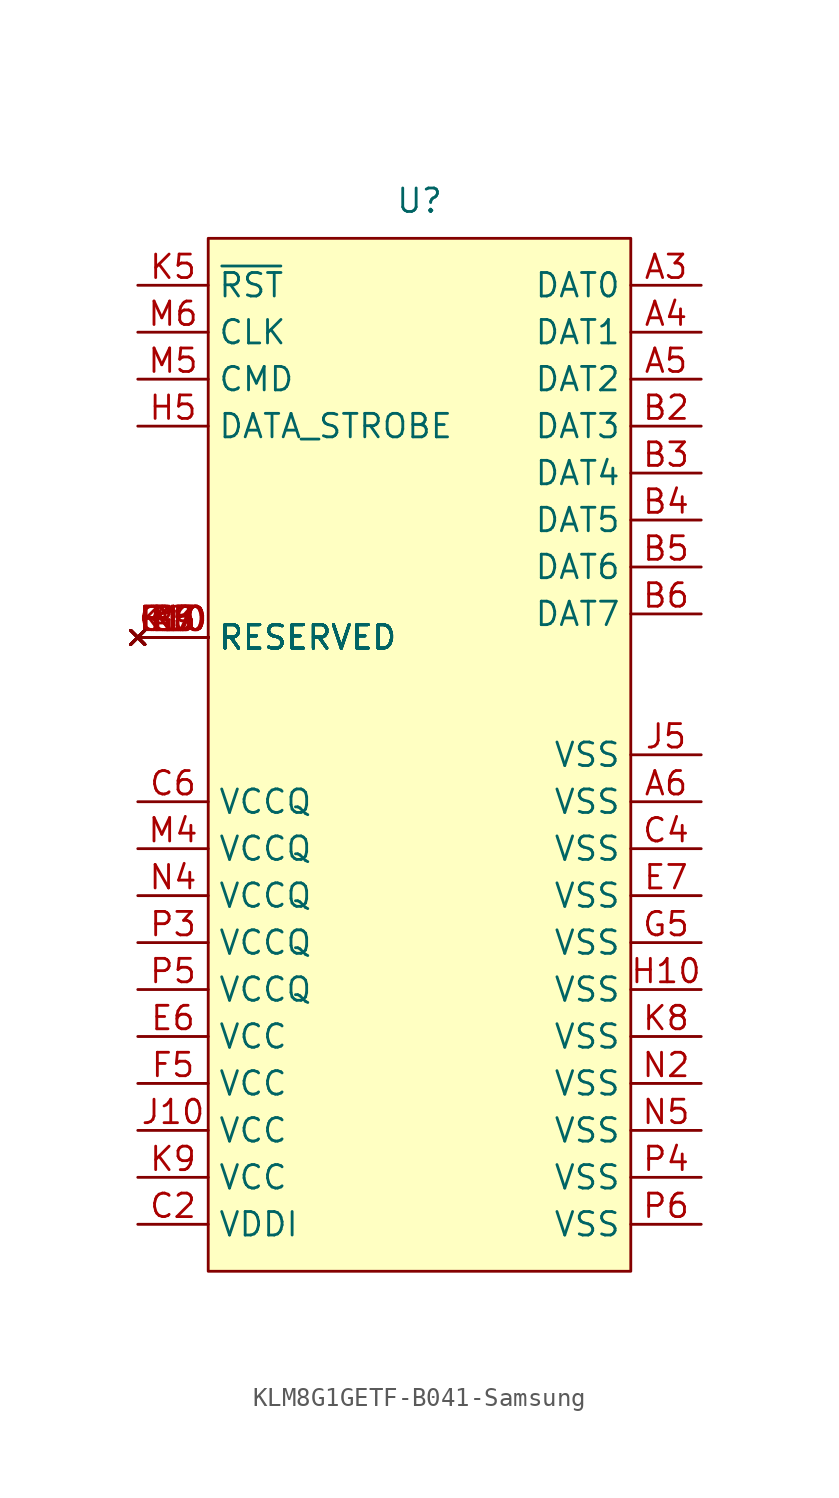
<source format=kicad_sym>
(kicad_symbol_lib
  (version 20231120)
  (generator "kicad_symbol_editor")
  (generator_version "8.0")
  (symbol "KLM8G1GETF-B041-Samsung"
    (property "Reference" "U"
      (at 0 29.972 0)
      (effects (font (size 1.27 1.27))))
    (property "Value" ""
      (at -11.43 27.94 0)
      (effects (font (size 1.27 1.27))))
    (symbol "KLM8G1GETF-B041-Samsung_1_1"
      (rectangle (start -11.43 27.94) (end 11.43 -27.94) (stroke (width 0) (type default)) (fill (type background)))
      (pin no_connect line (at -15.24 3.81 0) (length 3.81) hide (name "NC" (effects (font (size 1.27 1.27)))) (number "A1" (effects (font (size 1.27 1.27)))))
      (pin no_connect line (at -15.24 3.81 0) (length 3.81) hide (name "NC" (effects (font (size 1.27 1.27)))) (number "A10" (effects (font (size 1.27 1.27)))))
      (pin no_connect line (at -15.24 3.81 0) (length 3.81) hide (name "NC" (effects (font (size 1.27 1.27)))) (number "A11" (effects (font (size 1.27 1.27)))))
      (pin no_connect line (at -15.24 3.81 0) (length 3.81) hide (name "NC" (effects (font (size 1.27 1.27)))) (number "A12" (effects (font (size 1.27 1.27)))))
      (pin no_connect line (at -15.24 3.81 0) (length 3.81) hide (name "NC" (effects (font (size 1.27 1.27)))) (number "A13" (effects (font (size 1.27 1.27)))))
      (pin no_connect line (at -15.24 3.81 0) (length 3.81) hide (name "NC" (effects (font (size 1.27 1.27)))) (number "A14" (effects (font (size 1.27 1.27)))))
      (pin no_connect line (at -15.24 3.81 0) (length 3.81) hide (name "NC" (effects (font (size 1.27 1.27)))) (number "A2" (effects (font (size 1.27 1.27)))))
      (pin bidirectional line (at 15.24 25.4 180) (length 3.81) (name "DAT0" (effects (font (size 1.27 1.27)))) (number "A3" (effects (font (size 1.27 1.27)))))
      (pin bidirectional line (at 15.24 22.86 180) (length 3.81) (name "DAT1" (effects (font (size 1.27 1.27)))) (number "A4" (effects (font (size 1.27 1.27)))))
      (pin bidirectional line (at 15.24 20.32 180) (length 3.81) (name "DAT2" (effects (font (size 1.27 1.27)))) (number "A5" (effects (font (size 1.27 1.27)))))
      (pin power_in line (at 15.24 -2.54 180) (length 3.81) (name "VSS" (effects (font (size 1.27 1.27)))) (number "A6" (effects (font (size 1.27 1.27)))))
      (pin no_connect line (at -15.24 6.35 0) (length 3.81) (name "RESERVED" (effects (font (size 1.27 1.27)))) (number "A7" (effects (font (size 1.27 1.27)))))
      (pin no_connect line (at -15.24 3.81 0) (length 3.81) hide (name "NC" (effects (font (size 1.27 1.27)))) (number "A8" (effects (font (size 1.27 1.27)))))
      (pin no_connect line (at -15.24 3.81 0) (length 3.81) hide (name "NC" (effects (font (size 1.27 1.27)))) (number "A9" (effects (font (size 1.27 1.27)))))
      (pin no_connect line (at -15.24 3.81 0) (length 3.81) hide (name "NC" (effects (font (size 1.27 1.27)))) (number "B1" (effects (font (size 1.27 1.27)))))
      (pin no_connect line (at -15.24 3.81 0) (length 3.81) hide (name "NC" (effects (font (size 1.27 1.27)))) (number "B10" (effects (font (size 1.27 1.27)))))
      (pin no_connect line (at -15.24 3.81 0) (length 3.81) hide (name "NC" (effects (font (size 1.27 1.27)))) (number "B11" (effects (font (size 1.27 1.27)))))
      (pin no_connect line (at -15.24 3.81 0) (length 3.81) hide (name "NC" (effects (font (size 1.27 1.27)))) (number "B12" (effects (font (size 1.27 1.27)))))
      (pin no_connect line (at -15.24 3.81 0) (length 3.81) hide (name "NC" (effects (font (size 1.27 1.27)))) (number "B13" (effects (font (size 1.27 1.27)))))
      (pin no_connect line (at -15.24 3.81 0) (length 3.81) hide (name "NC" (effects (font (size 1.27 1.27)))) (number "B14" (effects (font (size 1.27 1.27)))))
      (pin bidirectional line (at 15.24 17.78 180) (length 3.81) (name "DAT3" (effects (font (size 1.27 1.27)))) (number "B2" (effects (font (size 1.27 1.27)))))
      (pin bidirectional line (at 15.24 15.24 180) (length 3.81) (name "DAT4" (effects (font (size 1.27 1.27)))) (number "B3" (effects (font (size 1.27 1.27)))))
      (pin bidirectional line (at 15.24 12.7 180) (length 3.81) (name "DAT5" (effects (font (size 1.27 1.27)))) (number "B4" (effects (font (size 1.27 1.27)))))
      (pin bidirectional line (at 15.24 10.16 180) (length 3.81) (name "DAT6" (effects (font (size 1.27 1.27)))) (number "B5" (effects (font (size 1.27 1.27)))))
      (pin bidirectional line (at 15.24 7.62 180) (length 3.81) (name "DAT7" (effects (font (size 1.27 1.27)))) (number "B6" (effects (font (size 1.27 1.27)))))
      (pin no_connect line (at -15.24 3.81 0) (length 3.81) hide (name "NC" (effects (font (size 1.27 1.27)))) (number "B7" (effects (font (size 1.27 1.27)))))
      (pin no_connect line (at -15.24 3.81 0) (length 3.81) hide (name "NC" (effects (font (size 1.27 1.27)))) (number "B8" (effects (font (size 1.27 1.27)))))
      (pin no_connect line (at -15.24 3.81 0) (length 3.81) hide (name "NC" (effects (font (size 1.27 1.27)))) (number "B9" (effects (font (size 1.27 1.27)))))
      (pin no_connect line (at -15.24 3.81 0) (length 3.81) hide (name "NC" (effects (font (size 1.27 1.27)))) (number "C1" (effects (font (size 1.27 1.27)))))
      (pin no_connect line (at -15.24 3.81 0) (length 3.81) hide (name "NC" (effects (font (size 1.27 1.27)))) (number "C10" (effects (font (size 1.27 1.27)))))
      (pin no_connect line (at -15.24 3.81 0) (length 3.81) hide (name "NC" (effects (font (size 1.27 1.27)))) (number "C11" (effects (font (size 1.27 1.27)))))
      (pin no_connect line (at -15.24 3.81 0) (length 3.81) hide (name "NC" (effects (font (size 1.27 1.27)))) (number "C12" (effects (font (size 1.27 1.27)))))
      (pin no_connect line (at -15.24 3.81 0) (length 3.81) hide (name "NC" (effects (font (size 1.27 1.27)))) (number "C13" (effects (font (size 1.27 1.27)))))
      (pin no_connect line (at -15.24 3.81 0) (length 3.81) hide (name "NC" (effects (font (size 1.27 1.27)))) (number "C14" (effects (font (size 1.27 1.27)))))
      (pin power_in line (at -15.24 -25.4 0) (length 3.81) (name "VDDI" (effects (font (size 1.27 1.27)))) (number "C2" (effects (font (size 1.27 1.27)))))
      (pin no_connect line (at -15.24 3.81 0) (length 3.81) hide (name "NC" (effects (font (size 1.27 1.27)))) (number "C3" (effects (font (size 1.27 1.27)))))
      (pin power_in line (at 15.24 -5.08 180) (length 3.81) (name "VSS" (effects (font (size 1.27 1.27)))) (number "C4" (effects (font (size 1.27 1.27)))))
      (pin no_connect line (at -15.24 3.81 0) (length 3.81) hide (name "NC" (effects (font (size 1.27 1.27)))) (number "C5" (effects (font (size 1.27 1.27)))))
      (pin power_in line (at -15.24 -2.54 0) (length 3.81) (name "VCCQ" (effects (font (size 1.27 1.27)))) (number "C6" (effects (font (size 1.27 1.27)))))
      (pin no_connect line (at -15.24 3.81 0) (length 3.81) hide (name "NC" (effects (font (size 1.27 1.27)))) (number "C7" (effects (font (size 1.27 1.27)))))
      (pin no_connect line (at -15.24 3.81 0) (length 3.81) hide (name "NC" (effects (font (size 1.27 1.27)))) (number "C8" (effects (font (size 1.27 1.27)))))
      (pin no_connect line (at -15.24 3.81 0) (length 3.81) hide (name "NC" (effects (font (size 1.27 1.27)))) (number "C9" (effects (font (size 1.27 1.27)))))
      (pin no_connect line (at -15.24 3.81 0) (length 3.81) hide (name "NC" (effects (font (size 1.27 1.27)))) (number "D1" (effects (font (size 1.27 1.27)))))
      (pin no_connect line (at -15.24 3.81 0) (length 3.81) hide (name "NC" (effects (font (size 1.27 1.27)))) (number "D12" (effects (font (size 1.27 1.27)))))
      (pin no_connect line (at -15.24 3.81 0) (length 3.81) hide (name "NC" (effects (font (size 1.27 1.27)))) (number "D13" (effects (font (size 1.27 1.27)))))
      (pin no_connect line (at -15.24 3.81 0) (length 3.81) hide (name "NC" (effects (font (size 1.27 1.27)))) (number "D14" (effects (font (size 1.27 1.27)))))
      (pin no_connect line (at -15.24 3.81 0) (length 3.81) hide (name "NC" (effects (font (size 1.27 1.27)))) (number "D2" (effects (font (size 1.27 1.27)))))
      (pin no_connect line (at -15.24 3.81 0) (length 3.81) hide (name "NC" (effects (font (size 1.27 1.27)))) (number "D3" (effects (font (size 1.27 1.27)))))
      (pin no_connect line (at -15.24 3.81 0) (length 3.81) hide (name "NC" (effects (font (size 1.27 1.27)))) (number "D4" (effects (font (size 1.27 1.27)))))
      (pin no_connect line (at -15.24 3.81 0) (length 3.81) hide (name "NC" (effects (font (size 1.27 1.27)))) (number "E1" (effects (font (size 1.27 1.27)))))
      (pin no_connect line (at -15.24 6.35 0) (length 3.81) (name "RESERVED" (effects (font (size 1.27 1.27)))) (number "E10" (effects (font (size 1.27 1.27)))))
      (pin no_connect line (at -15.24 3.81 0) (length 3.81) hide (name "NC" (effects (font (size 1.27 1.27)))) (number "E12" (effects (font (size 1.27 1.27)))))
      (pin no_connect line (at -15.24 3.81 0) (length 3.81) hide (name "NC" (effects (font (size 1.27 1.27)))) (number "E13" (effects (font (size 1.27 1.27)))))
      (pin no_connect line (at -15.24 3.81 0) (length 3.81) hide (name "NC" (effects (font (size 1.27 1.27)))) (number "E14" (effects (font (size 1.27 1.27)))))
      (pin no_connect line (at -15.24 3.81 0) (length 3.81) hide (name "NC" (effects (font (size 1.27 1.27)))) (number "E2" (effects (font (size 1.27 1.27)))))
      (pin no_connect line (at -15.24 3.81 0) (length 3.81) hide (name "NC" (effects (font (size 1.27 1.27)))) (number "E3" (effects (font (size 1.27 1.27)))))
      (pin no_connect line (at -15.24 6.35 0) (length 3.81) (name "RESERVED" (effects (font (size 1.27 1.27)))) (number "E5" (effects (font (size 1.27 1.27)))))
      (pin power_in line (at -15.24 -15.24 0) (length 3.81) (name "VCC" (effects (font (size 1.27 1.27)))) (number "E6" (effects (font (size 1.27 1.27)))))
      (pin power_in line (at 15.24 -7.62 180) (length 3.81) (name "VSS" (effects (font (size 1.27 1.27)))) (number "E7" (effects (font (size 1.27 1.27)))))
      (pin no_connect line (at -15.24 6.35 0) (length 3.81) (name "RESERVED" (effects (font (size 1.27 1.27)))) (number "E8" (effects (font (size 1.27 1.27)))))
      (pin no_connect line (at -15.24 6.35 0) (length 3.81) (name "RESERVED" (effects (font (size 1.27 1.27)))) (number "E9" (effects (font (size 1.27 1.27)))))
      (pin no_connect line (at -15.24 3.81 0) (length 3.81) hide (name "NC" (effects (font (size 1.27 1.27)))) (number "F1" (effects (font (size 1.27 1.27)))))
      (pin no_connect line (at -15.24 6.35 0) (length 3.81) (name "RESERVED" (effects (font (size 1.27 1.27)))) (number "F10" (effects (font (size 1.27 1.27)))))
      (pin no_connect line (at -15.24 3.81 0) (length 3.81) hide (name "NC" (effects (font (size 1.27 1.27)))) (number "F12" (effects (font (size 1.27 1.27)))))
      (pin no_connect line (at -15.24 3.81 0) (length 3.81) hide (name "NC" (effects (font (size 1.27 1.27)))) (number "F13" (effects (font (size 1.27 1.27)))))
      (pin no_connect line (at -15.24 3.81 0) (length 3.81) hide (name "NC" (effects (font (size 1.27 1.27)))) (number "F14" (effects (font (size 1.27 1.27)))))
      (pin no_connect line (at -15.24 3.81 0) (length 3.81) hide (name "NC" (effects (font (size 1.27 1.27)))) (number "F2" (effects (font (size 1.27 1.27)))))
      (pin no_connect line (at -15.24 3.81 0) (length 3.81) hide (name "NC" (effects (font (size 1.27 1.27)))) (number "F3" (effects (font (size 1.27 1.27)))))
      (pin power_in line (at -15.24 -17.78 0) (length 3.81) (name "VCC" (effects (font (size 1.27 1.27)))) (number "F5" (effects (font (size 1.27 1.27)))))
      (pin no_connect line (at -15.24 3.81 0) (length 3.81) hide (name "NC" (effects (font (size 1.27 1.27)))) (number "G1" (effects (font (size 1.27 1.27)))))
      (pin no_connect line (at -15.24 6.35 0) (length 3.81) (name "RESERVED" (effects (font (size 1.27 1.27)))) (number "G10" (effects (font (size 1.27 1.27)))))
      (pin no_connect line (at -15.24 3.81 0) (length 3.81) hide (name "NC" (effects (font (size 1.27 1.27)))) (number "G12" (effects (font (size 1.27 1.27)))))
      (pin no_connect line (at -15.24 3.81 0) (length 3.81) hide (name "NC" (effects (font (size 1.27 1.27)))) (number "G13" (effects (font (size 1.27 1.27)))))
      (pin no_connect line (at -15.24 3.81 0) (length 3.81) hide (name "NC" (effects (font (size 1.27 1.27)))) (number "G14" (effects (font (size 1.27 1.27)))))
      (pin no_connect line (at -15.24 3.81 0) (length 3.81) hide (name "NC" (effects (font (size 1.27 1.27)))) (number "G2" (effects (font (size 1.27 1.27)))))
      (pin no_connect line (at -15.24 6.35 0) (length 3.81) (name "RESERVED" (effects (font (size 1.27 1.27)))) (number "G3" (effects (font (size 1.27 1.27)))))
      (pin power_in line (at 15.24 -10.16 180) (length 3.81) (name "VSS" (effects (font (size 1.27 1.27)))) (number "G5" (effects (font (size 1.27 1.27)))))
      (pin no_connect line (at -15.24 3.81 0) (length 3.81) hide (name "NC" (effects (font (size 1.27 1.27)))) (number "H1" (effects (font (size 1.27 1.27)))))
      (pin power_in line (at 15.24 -12.7 180) (length 3.81) (name "VSS" (effects (font (size 1.27 1.27)))) (number "H10" (effects (font (size 1.27 1.27)))))
      (pin no_connect line (at -15.24 3.81 0) (length 3.81) hide (name "NC" (effects (font (size 1.27 1.27)))) (number "H12" (effects (font (size 1.27 1.27)))))
      (pin no_connect line (at -15.24 3.81 0) (length 3.81) hide (name "NC" (effects (font (size 1.27 1.27)))) (number "H13" (effects (font (size 1.27 1.27)))))
      (pin no_connect line (at -15.24 3.81 0) (length 3.81) hide (name "NC" (effects (font (size 1.27 1.27)))) (number "H14" (effects (font (size 1.27 1.27)))))
      (pin no_connect line (at -15.24 3.81 0) (length 3.81) hide (name "NC" (effects (font (size 1.27 1.27)))) (number "H2" (effects (font (size 1.27 1.27)))))
      (pin no_connect line (at -15.24 3.81 0) (length 3.81) hide (name "NC" (effects (font (size 1.27 1.27)))) (number "H3" (effects (font (size 1.27 1.27)))))
      (pin input line (at -15.24 17.78 0) (length 3.81) (name "DATA_STROBE" (effects (font (size 1.27 1.27)))) (number "H5" (effects (font (size 1.27 1.27)))))
      (pin no_connect line (at -15.24 3.81 0) (length 3.81) hide (name "NC" (effects (font (size 1.27 1.27)))) (number "J1" (effects (font (size 1.27 1.27)))))
      (pin power_in line (at -15.24 -20.32 0) (length 3.81) (name "VCC" (effects (font (size 1.27 1.27)))) (number "J10" (effects (font (size 1.27 1.27)))))
      (pin no_connect line (at -15.24 3.81 0) (length 3.81) hide (name "NC" (effects (font (size 1.27 1.27)))) (number "J12" (effects (font (size 1.27 1.27)))))
      (pin no_connect line (at -15.24 3.81 0) (length 3.81) hide (name "NC" (effects (font (size 1.27 1.27)))) (number "J13" (effects (font (size 1.27 1.27)))))
      (pin no_connect line (at -15.24 3.81 0) (length 3.81) hide (name "NC" (effects (font (size 1.27 1.27)))) (number "J14" (effects (font (size 1.27 1.27)))))
      (pin no_connect line (at -15.24 3.81 0) (length 3.81) hide (name "NC" (effects (font (size 1.27 1.27)))) (number "J2" (effects (font (size 1.27 1.27)))))
      (pin no_connect line (at -15.24 3.81 0) (length 3.81) hide (name "NC" (effects (font (size 1.27 1.27)))) (number "J3" (effects (font (size 1.27 1.27)))))
      (pin power_in line (at 15.24 0 180) (length 3.81) (name "VSS" (effects (font (size 1.27 1.27)))) (number "J5" (effects (font (size 1.27 1.27)))))
      (pin no_connect line (at -15.24 3.81 0) (length 3.81) hide (name "NC" (effects (font (size 1.27 1.27)))) (number "K1" (effects (font (size 1.27 1.27)))))
      (pin no_connect line (at -15.24 6.35 0) (length 3.81) (name "RESERVED" (effects (font (size 1.27 1.27)))) (number "K10" (effects (font (size 1.27 1.27)))))
      (pin no_connect line (at -15.24 3.81 0) (length 3.81) hide (name "NC" (effects (font (size 1.27 1.27)))) (number "K12" (effects (font (size 1.27 1.27)))))
      (pin no_connect line (at -15.24 3.81 0) (length 3.81) hide (name "NC" (effects (font (size 1.27 1.27)))) (number "K13" (effects (font (size 1.27 1.27)))))
      (pin no_connect line (at -15.24 3.81 0) (length 3.81) hide (name "NC" (effects (font (size 1.27 1.27)))) (number "K14" (effects (font (size 1.27 1.27)))))
      (pin no_connect line (at -15.24 3.81 0) (length 3.81) hide (name "NC" (effects (font (size 1.27 1.27)))) (number "K2" (effects (font (size 1.27 1.27)))))
      (pin no_connect line (at -15.24 3.81 0) (length 3.81) hide (name "NC" (effects (font (size 1.27 1.27)))) (number "K3" (effects (font (size 1.27 1.27)))))
      (pin input line (at -15.24 25.4 0) (length 3.81) (name "~{RST}" (effects (font (size 1.27 1.27)))) (number "K5" (effects (font (size 1.27 1.27)))))
      (pin no_connect line (at -15.24 6.35 0) (length 3.81) (name "RESERVED" (effects (font (size 1.27 1.27)))) (number "K6" (effects (font (size 1.27 1.27)))))
      (pin no_connect line (at -15.24 6.35 0) (length 3.81) (name "RESERVED" (effects (font (size 1.27 1.27)))) (number "K7" (effects (font (size 1.27 1.27)))))
      (pin power_in line (at 15.24 -15.24 180) (length 3.81) (name "VSS" (effects (font (size 1.27 1.27)))) (number "K8" (effects (font (size 1.27 1.27)))))
      (pin power_in line (at -15.24 -22.86 0) (length 3.81) (name "VCC" (effects (font (size 1.27 1.27)))) (number "K9" (effects (font (size 1.27 1.27)))))
      (pin no_connect line (at -15.24 3.81 0) (length 3.81) hide (name "NC" (effects (font (size 1.27 1.27)))) (number "L1" (effects (font (size 1.27 1.27)))))
      (pin no_connect line (at -15.24 3.81 0) (length 3.81) hide (name "NC" (effects (font (size 1.27 1.27)))) (number "L12" (effects (font (size 1.27 1.27)))))
      (pin no_connect line (at -15.24 3.81 0) (length 3.81) hide (name "NC" (effects (font (size 1.27 1.27)))) (number "L13" (effects (font (size 1.27 1.27)))))
      (pin no_connect line (at -15.24 3.81 0) (length 3.81) hide (name "NC" (effects (font (size 1.27 1.27)))) (number "L14" (effects (font (size 1.27 1.27)))))
      (pin no_connect line (at -15.24 3.81 0) (length 3.81) hide (name "NC" (effects (font (size 1.27 1.27)))) (number "L2" (effects (font (size 1.27 1.27)))))
      (pin no_connect line (at -15.24 3.81 0) (length 3.81) hide (name "NC" (effects (font (size 1.27 1.27)))) (number "L3" (effects (font (size 1.27 1.27)))))
      (pin no_connect line (at -15.24 3.81 0) (length 3.81) hide (name "NC" (effects (font (size 1.27 1.27)))) (number "M1" (effects (font (size 1.27 1.27)))))
      (pin no_connect line (at -15.24 3.81 0) (length 3.81) hide (name "NC" (effects (font (size 1.27 1.27)))) (number "M10" (effects (font (size 1.27 1.27)))))
      (pin no_connect line (at -15.24 3.81 0) (length 3.81) hide (name "NC" (effects (font (size 1.27 1.27)))) (number "M11" (effects (font (size 1.27 1.27)))))
      (pin no_connect line (at -15.24 3.81 0) (length 3.81) hide (name "NC" (effects (font (size 1.27 1.27)))) (number "M12" (effects (font (size 1.27 1.27)))))
      (pin no_connect line (at -15.24 3.81 0) (length 3.81) hide (name "NC" (effects (font (size 1.27 1.27)))) (number "M13" (effects (font (size 1.27 1.27)))))
      (pin no_connect line (at -15.24 3.81 0) (length 3.81) hide (name "NC" (effects (font (size 1.27 1.27)))) (number "M14" (effects (font (size 1.27 1.27)))))
      (pin no_connect line (at -15.24 3.81 0) (length 3.81) hide (name "NC" (effects (font (size 1.27 1.27)))) (number "M2" (effects (font (size 1.27 1.27)))))
      (pin no_connect line (at -15.24 3.81 0) (length 3.81) hide (name "NC" (effects (font (size 1.27 1.27)))) (number "M3" (effects (font (size 1.27 1.27)))))
      (pin power_in line (at -15.24 -5.08 0) (length 3.81) (name "VCCQ" (effects (font (size 1.27 1.27)))) (number "M4" (effects (font (size 1.27 1.27)))))
      (pin input line (at -15.24 20.32 0) (length 3.81) (name "CMD" (effects (font (size 1.27 1.27)))) (number "M5" (effects (font (size 1.27 1.27)))))
      (pin input line (at -15.24 22.86 0) (length 3.81) (name "CLK" (effects (font (size 1.27 1.27)))) (number "M6" (effects (font (size 1.27 1.27)))))
      (pin no_connect line (at -15.24 3.81 0) (length 3.81) hide (name "NC" (effects (font (size 1.27 1.27)))) (number "M7" (effects (font (size 1.27 1.27)))))
      (pin no_connect line (at -15.24 3.81 0) (length 3.81) hide (name "NC" (effects (font (size 1.27 1.27)))) (number "M8" (effects (font (size 1.27 1.27)))))
      (pin no_connect line (at -15.24 3.81 0) (length 3.81) hide (name "NC" (effects (font (size 1.27 1.27)))) (number "M9" (effects (font (size 1.27 1.27)))))
      (pin no_connect line (at -15.24 3.81 0) (length 3.81) hide (name "NC" (effects (font (size 1.27 1.27)))) (number "N1" (effects (font (size 1.27 1.27)))))
      (pin no_connect line (at -15.24 3.81 0) (length 3.81) hide (name "NC" (effects (font (size 1.27 1.27)))) (number "N10" (effects (font (size 1.27 1.27)))))
      (pin no_connect line (at -15.24 3.81 0) (length 3.81) hide (name "NC" (effects (font (size 1.27 1.27)))) (number "N11" (effects (font (size 1.27 1.27)))))
      (pin no_connect line (at -15.24 3.81 0) (length 3.81) hide (name "NC" (effects (font (size 1.27 1.27)))) (number "N12" (effects (font (size 1.27 1.27)))))
      (pin no_connect line (at -15.24 3.81 0) (length 3.81) hide (name "NC" (effects (font (size 1.27 1.27)))) (number "N13" (effects (font (size 1.27 1.27)))))
      (pin no_connect line (at -15.24 3.81 0) (length 3.81) hide (name "NC" (effects (font (size 1.27 1.27)))) (number "N14" (effects (font (size 1.27 1.27)))))
      (pin power_in line (at 15.24 -17.78 180) (length 3.81) (name "VSS" (effects (font (size 1.27 1.27)))) (number "N2" (effects (font (size 1.27 1.27)))))
      (pin no_connect line (at -15.24 3.81 0) (length 3.81) hide (name "NC" (effects (font (size 1.27 1.27)))) (number "N3" (effects (font (size 1.27 1.27)))))
      (pin power_in line (at -15.24 -7.62 0) (length 3.81) (name "VCCQ" (effects (font (size 1.27 1.27)))) (number "N4" (effects (font (size 1.27 1.27)))))
      (pin power_in line (at 15.24 -20.32 180) (length 3.81) (name "VSS" (effects (font (size 1.27 1.27)))) (number "N5" (effects (font (size 1.27 1.27)))))
      (pin no_connect line (at -15.24 3.81 0) (length 3.81) hide (name "NC" (effects (font (size 1.27 1.27)))) (number "N6" (effects (font (size 1.27 1.27)))))
      (pin no_connect line (at -15.24 3.81 0) (length 3.81) hide (name "NC" (effects (font (size 1.27 1.27)))) (number "N7" (effects (font (size 1.27 1.27)))))
      (pin no_connect line (at -15.24 3.81 0) (length 3.81) hide (name "NC" (effects (font (size 1.27 1.27)))) (number "N8" (effects (font (size 1.27 1.27)))))
      (pin no_connect line (at -15.24 3.81 0) (length 3.81) hide (name "NC" (effects (font (size 1.27 1.27)))) (number "N9" (effects (font (size 1.27 1.27)))))
      (pin no_connect line (at -15.24 3.81 0) (length 3.81) hide (name "NC" (effects (font (size 1.27 1.27)))) (number "P1" (effects (font (size 1.27 1.27)))))
      (pin no_connect line (at -15.24 6.35 0) (length 3.81) (name "RESERVED" (effects (font (size 1.27 1.27)))) (number "P10" (effects (font (size 1.27 1.27)))))
      (pin no_connect line (at -15.24 3.81 0) (length 3.81) hide (name "NC" (effects (font (size 1.27 1.27)))) (number "P11" (effects (font (size 1.27 1.27)))))
      (pin no_connect line (at -15.24 3.81 0) (length 3.81) hide (name "NC" (effects (font (size 1.27 1.27)))) (number "P12" (effects (font (size 1.27 1.27)))))
      (pin no_connect line (at -15.24 3.81 0) (length 3.81) hide (name "NC" (effects (font (size 1.27 1.27)))) (number "P13" (effects (font (size 1.27 1.27)))))
      (pin no_connect line (at -15.24 3.81 0) (length 3.81) hide (name "NC" (effects (font (size 1.27 1.27)))) (number "P14" (effects (font (size 1.27 1.27)))))
      (pin no_connect line (at -15.24 3.81 0) (length 3.81) hide (name "NC" (effects (font (size 1.27 1.27)))) (number "P2" (effects (font (size 1.27 1.27)))))
      (pin power_in line (at -15.24 -10.16 0) (length 3.81) (name "VCCQ" (effects (font (size 1.27 1.27)))) (number "P3" (effects (font (size 1.27 1.27)))))
      (pin power_in line (at 15.24 -22.86 180) (length 3.81) (name "VSS" (effects (font (size 1.27 1.27)))) (number "P4" (effects (font (size 1.27 1.27)))))
      (pin power_in line (at -15.24 -12.7 0) (length 3.81) (name "VCCQ" (effects (font (size 1.27 1.27)))) (number "P5" (effects (font (size 1.27 1.27)))))
      (pin power_in line (at 15.24 -25.4 180) (length 3.81) (name "VSS" (effects (font (size 1.27 1.27)))) (number "P6" (effects (font (size 1.27 1.27)))))
      (pin no_connect line (at -15.24 6.35 0) (length 3.81) (name "RESERVED" (effects (font (size 1.27 1.27)))) (number "P7" (effects (font (size 1.27 1.27)))))
      (pin no_connect line (at -15.24 3.81 0) (length 3.81) hide (name "NC" (effects (font (size 1.27 1.27)))) (number "P8" (effects (font (size 1.27 1.27)))))
      (pin no_connect line (at -15.24 3.81 0) (length 3.81) hide (name "NC" (effects (font (size 1.27 1.27)))) (number "P9" (effects (font (size 1.27 1.27))))))))
</source>
